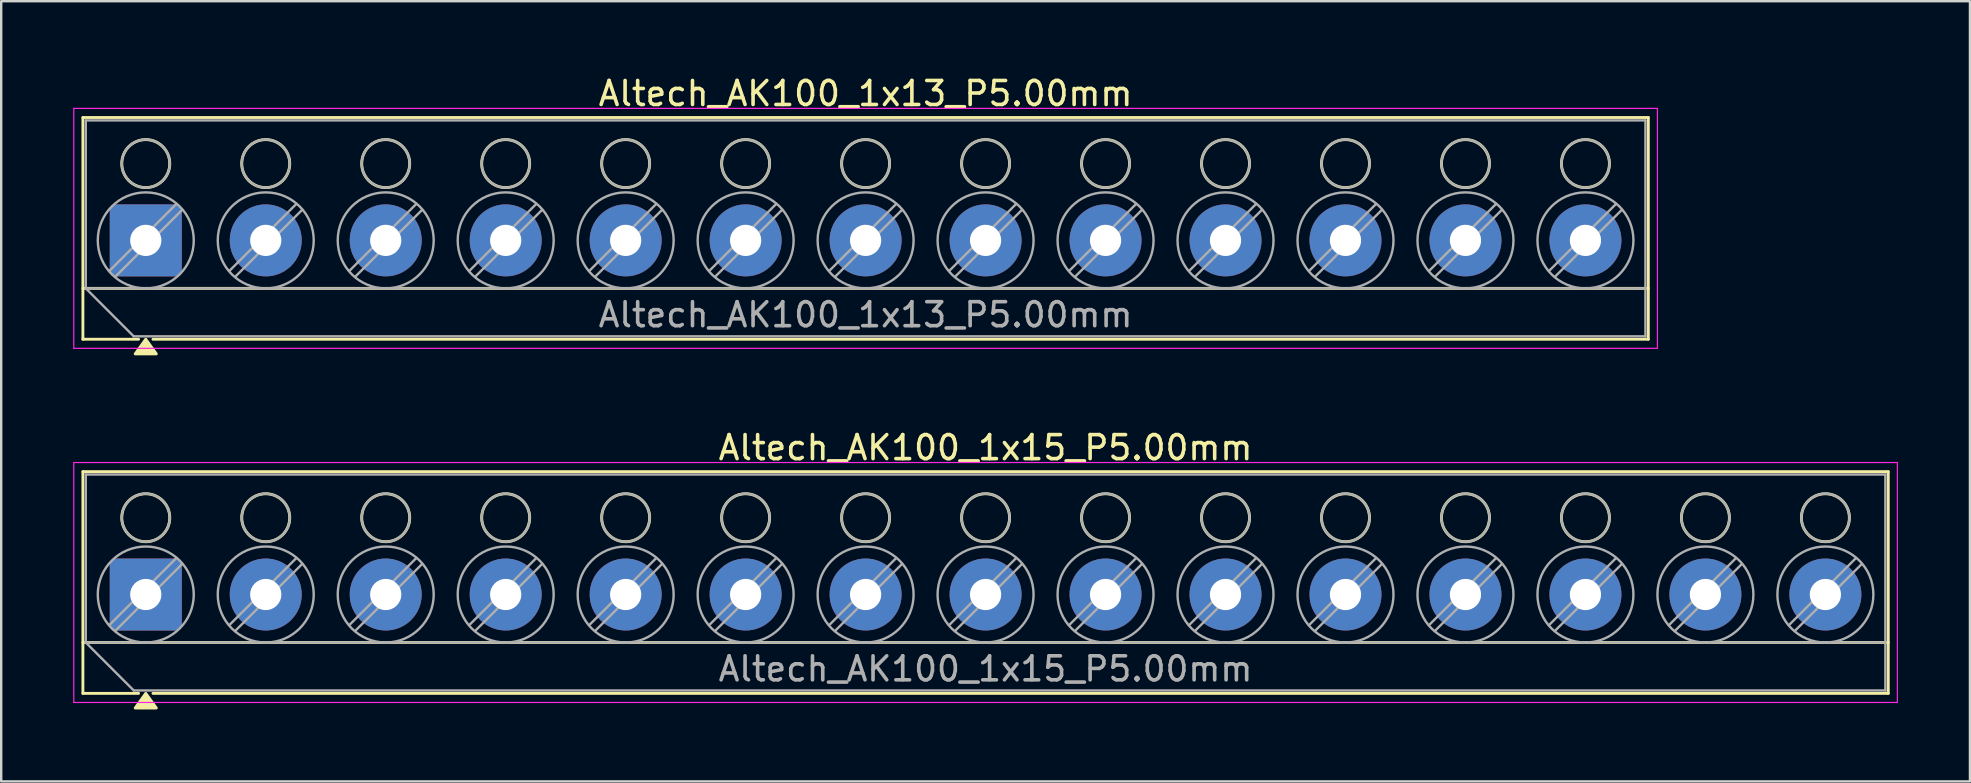
<source format=kicad_pcb>
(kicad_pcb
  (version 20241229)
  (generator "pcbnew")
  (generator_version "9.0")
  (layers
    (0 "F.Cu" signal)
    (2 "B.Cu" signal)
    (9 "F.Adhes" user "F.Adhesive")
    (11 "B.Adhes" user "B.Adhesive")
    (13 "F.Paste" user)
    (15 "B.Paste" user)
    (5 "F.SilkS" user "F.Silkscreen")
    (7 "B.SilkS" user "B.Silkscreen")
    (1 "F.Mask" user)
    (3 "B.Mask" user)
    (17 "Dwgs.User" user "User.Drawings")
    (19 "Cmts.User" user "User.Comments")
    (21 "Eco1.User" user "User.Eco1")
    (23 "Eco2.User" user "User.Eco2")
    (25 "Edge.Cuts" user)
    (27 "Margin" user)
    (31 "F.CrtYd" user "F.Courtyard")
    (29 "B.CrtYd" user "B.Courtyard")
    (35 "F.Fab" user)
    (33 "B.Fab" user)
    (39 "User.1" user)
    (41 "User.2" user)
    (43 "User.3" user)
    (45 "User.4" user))
  (footprint "Altech_AK100_1x15_P5.00mm"
    (layer "F.Cu")
    (at 3.025 21.727)
    (property "Reference" "Altech_AK100_1x15_P5.00mm" (at 35 -6.12 0) (layer "F.SilkS") (effects (font (size 1 1) (thickness 0.15))))
    (attr through_hole)
    (fp_line (start -2.62 -5.12) (end 72.62 -5.12) (stroke (width 0.12) (type solid)) (layer "F.SilkS"))
    (fp_line (start -2.62 2) (end 72.62 2) (stroke (width 0.12) (type solid)) (layer "F.SilkS"))
    (fp_line (start -2.62 4.12) (end -2.62 -5.12) (stroke (width 0.12) (type solid)) (layer "F.SilkS"))
    (fp_line (start -0.3 4.12) (end -2.62 4.12) (stroke (width 0.12) (type solid)) (layer "F.SilkS"))
    (fp_line (start 72.62 -5.12) (end 72.62 4.12) (stroke (width 0.12) (type solid)) (layer "F.SilkS"))
    (fp_line (start 72.62 4.12) (end 0.3 4.12) (stroke (width 0.12) (type solid)) (layer "F.SilkS"))
    (fp_circle (center 0 -3.2) (end 1 -3.2) (stroke (width 0.12) (type solid)) (fill no) (layer "F.SilkS"))
    (fp_circle (center 5 -3.2) (end 6 -3.2) (stroke (width 0.12) (type solid)) (fill no) (layer "F.SilkS"))
    (fp_circle (center 10 -3.2) (end 11 -3.2) (stroke (width 0.12) (type solid)) (fill no) (layer "F.SilkS"))
    (fp_circle (center 15 -3.2) (end 16 -3.2) (stroke (width 0.12) (type solid)) (fill no) (layer "F.SilkS"))
    (fp_circle (center 20 -3.2) (end 21 -3.2) (stroke (width 0.12) (type solid)) (fill no) (layer "F.SilkS"))
    (fp_circle (center 25 -3.2) (end 26 -3.2) (stroke (width 0.12) (type solid)) (fill no) (layer "F.SilkS"))
    (fp_circle (center 30 -3.2) (end 31 -3.2) (stroke (width 0.12) (type solid)) (fill no) (layer "F.SilkS"))
    (fp_circle (center 35 -3.2) (end 36 -3.2) (stroke (width 0.12) (type solid)) (fill no) (layer "F.SilkS"))
    (fp_circle (center 40 -3.2) (end 41 -3.2) (stroke (width 0.12) (type solid)) (fill no) (layer "F.SilkS"))
    (fp_circle (center 45 -3.2) (end 46 -3.2) (stroke (width 0.12) (type solid)) (fill no) (layer "F.SilkS"))
    (fp_circle (center 50 -3.2) (end 51 -3.2) (stroke (width 0.12) (type solid)) (fill no) (layer "F.SilkS"))
    (fp_circle (center 55 -3.2) (end 56 -3.2) (stroke (width 0.12) (type solid)) (fill no) (layer "F.SilkS"))
    (fp_circle (center 60 -3.2) (end 61 -3.2) (stroke (width 0.12) (type solid)) (fill no) (layer "F.SilkS"))
    (fp_circle (center 65 -3.2) (end 66 -3.2) (stroke (width 0.12) (type solid)) (fill no) (layer "F.SilkS"))
    (fp_circle (center 70 -3.2) (end 71 -3.2) (stroke (width 0.12) (type solid)) (fill no) (layer "F.SilkS"))
    (fp_poly (pts (xy 0 4.12) (xy 0.44 4.73) (xy -0.44 4.73)) (stroke (width 0.12) (type solid)) (fill yes) (layer "F.SilkS"))
    (fp_line (start -3 -5.5) (end -3 4.5) (stroke (width 0.05) (type solid)) (layer "F.CrtYd"))
    (fp_line (start -3 4.5) (end 73 4.5) (stroke (width 0.05) (type solid)) (layer "F.CrtYd"))
    (fp_line (start 73 -5.5) (end -3 -5.5) (stroke (width 0.05) (type solid)) (layer "F.CrtYd"))
    (fp_line (start 73 4.5) (end 73 -5.5) (stroke (width 0.05) (type solid)) (layer "F.CrtYd"))
    (fp_line (start -2.5 -5) (end 72.5 -5) (stroke (width 0.1) (type solid)) (layer "F.Fab"))
    (fp_line (start -2.5 2) (end -2.5 -5) (stroke (width 0.1) (type solid)) (layer "F.Fab"))
    (fp_line (start -2.5 2) (end 72.5 2) (stroke (width 0.1) (type solid)) (layer "F.Fab"))
    (fp_line (start -0.5 4) (end -2.5 2) (stroke (width 0.1) (type solid)) (layer "F.Fab"))
    (fp_line (start 1.273 -1.517) (end -1.517 1.273) (stroke (width 0.1) (type solid)) (layer "F.Fab"))
    (fp_line (start 1.517 -1.273) (end -1.273 1.517) (stroke (width 0.1) (type solid)) (layer "F.Fab"))
    (fp_line (start 6.273 -1.517) (end 3.483 1.273) (stroke (width 0.1) (type solid)) (layer "F.Fab"))
    (fp_line (start 6.517 -1.273) (end 3.727 1.517) (stroke (width 0.1) (type solid)) (layer "F.Fab"))
    (fp_line (start 11.273 -1.517) (end 8.483 1.273) (stroke (width 0.1) (type solid)) (layer "F.Fab"))
    (fp_line (start 11.517 -1.273) (end 8.727 1.517) (stroke (width 0.1) (type solid)) (layer "F.Fab"))
    (fp_line (start 16.273 -1.517) (end 13.483 1.273) (stroke (width 0.1) (type solid)) (layer "F.Fab"))
    (fp_line (start 16.517 -1.273) (end 13.727 1.517) (stroke (width 0.1) (type solid)) (layer "F.Fab"))
    (fp_line (start 21.273 -1.517) (end 18.483 1.273) (stroke (width 0.1) (type solid)) (layer "F.Fab"))
    (fp_line (start 21.517 -1.273) (end 18.727 1.517) (stroke (width 0.1) (type solid)) (layer "F.Fab"))
    (fp_line (start 26.273 -1.517) (end 23.483 1.273) (stroke (width 0.1) (type solid)) (layer "F.Fab"))
    (fp_line (start 26.517 -1.273) (end 23.727 1.517) (stroke (width 0.1) (type solid)) (layer "F.Fab"))
    (fp_line (start 31.273 -1.517) (end 28.483 1.273) (stroke (width 0.1) (type solid)) (layer "F.Fab"))
    (fp_line (start 31.517 -1.273) (end 28.727 1.517) (stroke (width 0.1) (type solid)) (layer "F.Fab"))
    (fp_line (start 36.273 -1.517) (end 33.483 1.273) (stroke (width 0.1) (type solid)) (layer "F.Fab"))
    (fp_line (start 36.517 -1.273) (end 33.727 1.517) (stroke (width 0.1) (type solid)) (layer "F.Fab"))
    (fp_line (start 41.273 -1.517) (end 38.483 1.273) (stroke (width 0.1) (type solid)) (layer "F.Fab"))
    (fp_line (start 41.517 -1.273) (end 38.727 1.517) (stroke (width 0.1) (type solid)) (layer "F.Fab"))
    (fp_line (start 46.273 -1.517) (end 43.483 1.273) (stroke (width 0.1) (type solid)) (layer "F.Fab"))
    (fp_line (start 46.517 -1.273) (end 43.727 1.517) (stroke (width 0.1) (type solid)) (layer "F.Fab"))
    (fp_line (start 51.273 -1.517) (end 48.483 1.273) (stroke (width 0.1) (type solid)) (layer "F.Fab"))
    (fp_line (start 51.517 -1.273) (end 48.727 1.517) (stroke (width 0.1) (type solid)) (layer "F.Fab"))
    (fp_line (start 56.273 -1.517) (end 53.483 1.273) (stroke (width 0.1) (type solid)) (layer "F.Fab"))
    (fp_line (start 56.517 -1.273) (end 53.727 1.517) (stroke (width 0.1) (type solid)) (layer "F.Fab"))
    (fp_line (start 61.273 -1.517) (end 58.483 1.273) (stroke (width 0.1) (type solid)) (layer "F.Fab"))
    (fp_line (start 61.517 -1.273) (end 58.727 1.517) (stroke (width 0.1) (type solid)) (layer "F.Fab"))
    (fp_line (start 66.273 -1.517) (end 63.483 1.273) (stroke (width 0.1) (type solid)) (layer "F.Fab"))
    (fp_line (start 66.517 -1.273) (end 63.727 1.517) (stroke (width 0.1) (type solid)) (layer "F.Fab"))
    (fp_line (start 71.273 -1.517) (end 68.483 1.273) (stroke (width 0.1) (type solid)) (layer "F.Fab"))
    (fp_line (start 71.517 -1.273) (end 68.727 1.517) (stroke (width 0.1) (type solid)) (layer "F.Fab"))
    (fp_line (start 72.5 -5) (end 72.5 4) (stroke (width 0.1) (type solid)) (layer "F.Fab"))
    (fp_line (start 72.5 4) (end -0.5 4) (stroke (width 0.1) (type solid)) (layer "F.Fab"))
    (fp_circle (center 0 -3.2) (end 1 -3.2) (stroke (width 0.1) (type solid)) (fill no) (layer "F.Fab"))
    (fp_circle (center 0 0) (end 2 0) (stroke (width 0.1) (type solid)) (fill no) (layer "F.Fab"))
    (fp_circle (center 5 -3.2) (end 6 -3.2) (stroke (width 0.1) (type solid)) (fill no) (layer "F.Fab"))
    (fp_circle (center 5 0) (end 7 0) (stroke (width 0.1) (type solid)) (fill no) (layer "F.Fab"))
    (fp_circle (center 10 -3.2) (end 11 -3.2) (stroke (width 0.1) (type solid)) (fill no) (layer "F.Fab"))
    (fp_circle (center 10 0) (end 12 0) (stroke (width 0.1) (type solid)) (fill no) (layer "F.Fab"))
    (fp_circle (center 15 -3.2) (end 16 -3.2) (stroke (width 0.1) (type solid)) (fill no) (layer "F.Fab"))
    (fp_circle (center 15 0) (end 17 0) (stroke (width 0.1) (type solid)) (fill no) (layer "F.Fab"))
    (fp_circle (center 20 -3.2) (end 21 -3.2) (stroke (width 0.1) (type solid)) (fill no) (layer "F.Fab"))
    (fp_circle (center 20 0) (end 22 0) (stroke (width 0.1) (type solid)) (fill no) (layer "F.Fab"))
    (fp_circle (center 25 -3.2) (end 26 -3.2) (stroke (width 0.1) (type solid)) (fill no) (layer "F.Fab"))
    (fp_circle (center 25 0) (end 27 0) (stroke (width 0.1) (type solid)) (fill no) (layer "F.Fab"))
    (fp_circle (center 30 -3.2) (end 31 -3.2) (stroke (width 0.1) (type solid)) (fill no) (layer "F.Fab"))
    (fp_circle (center 30 0) (end 32 0) (stroke (width 0.1) (type solid)) (fill no) (layer "F.Fab"))
    (fp_circle (center 35 -3.2) (end 36 -3.2) (stroke (width 0.1) (type solid)) (fill no) (layer "F.Fab"))
    (fp_circle (center 35 0) (end 37 0) (stroke (width 0.1) (type solid)) (fill no) (layer "F.Fab"))
    (fp_circle (center 40 -3.2) (end 41 -3.2) (stroke (width 0.1) (type solid)) (fill no) (layer "F.Fab"))
    (fp_circle (center 40 0) (end 42 0) (stroke (width 0.1) (type solid)) (fill no) (layer "F.Fab"))
    (fp_circle (center 45 -3.2) (end 46 -3.2) (stroke (width 0.1) (type solid)) (fill no) (layer "F.Fab"))
    (fp_circle (center 45 0) (end 47 0) (stroke (width 0.1) (type solid)) (fill no) (layer "F.Fab"))
    (fp_circle (center 50 -3.2) (end 51 -3.2) (stroke (width 0.1) (type solid)) (fill no) (layer "F.Fab"))
    (fp_circle (center 50 0) (end 52 0) (stroke (width 0.1) (type solid)) (fill no) (layer "F.Fab"))
    (fp_circle (center 55 -3.2) (end 56 -3.2) (stroke (width 0.1) (type solid)) (fill no) (layer "F.Fab"))
    (fp_circle (center 55 0) (end 57 0) (stroke (width 0.1) (type solid)) (fill no) (layer "F.Fab"))
    (fp_circle (center 60 -3.2) (end 61 -3.2) (stroke (width 0.1) (type solid)) (fill no) (layer "F.Fab"))
    (fp_circle (center 60 0) (end 62 0) (stroke (width 0.1) (type solid)) (fill no) (layer "F.Fab"))
    (fp_circle (center 65 -3.2) (end 66 -3.2) (stroke (width 0.1) (type solid)) (fill no) (layer "F.Fab"))
    (fp_circle (center 65 0) (end 67 0) (stroke (width 0.1) (type solid)) (fill no) (layer "F.Fab"))
    (fp_circle (center 70 -3.2) (end 71 -3.2) (stroke (width 0.1) (type solid)) (fill no) (layer "F.Fab"))
    (fp_circle (center 70 0) (end 72 0) (stroke (width 0.1) (type solid)) (fill no) (layer "F.Fab"))
    (fp_text user "${REFERENCE}" (at 35 3.1 0) (layer "F.Fab") (effects (font (size 1 1) (thickness 0.15))))
    (pad "1" thru_hole roundrect (at 0 0) (size 3 3) (drill 1.3) (layers "*.Cu" "*.Mask") (roundrect_rratio 0.083))
    (pad "2" thru_hole circle (at 5 0) (size 3 3) (drill 1.3) (layers "*.Cu" "*.Mask"))
    (pad "3" thru_hole circle (at 10 0) (size 3 3) (drill 1.3) (layers "*.Cu" "*.Mask"))
    (pad "4" thru_hole circle (at 15 0) (size 3 3) (drill 1.3) (layers "*.Cu" "*.Mask"))
    (pad "5" thru_hole circle (at 20 0) (size 3 3) (drill 1.3) (layers "*.Cu" "*.Mask"))
    (pad "6" thru_hole circle (at 25 0) (size 3 3) (drill 1.3) (layers "*.Cu" "*.Mask"))
    (pad "7" thru_hole circle (at 30 0) (size 3 3) (drill 1.3) (layers "*.Cu" "*.Mask"))
    (pad "8" thru_hole circle (at 35 0) (size 3 3) (drill 1.3) (layers "*.Cu" "*.Mask"))
    (pad "9" thru_hole circle (at 40 0) (size 3 3) (drill 1.3) (layers "*.Cu" "*.Mask"))
    (pad "10" thru_hole circle (at 45 0) (size 3 3) (drill 1.3) (layers "*.Cu" "*.Mask"))
    (pad "11" thru_hole circle (at 50 0) (size 3 3) (drill 1.3) (layers "*.Cu" "*.Mask"))
    (pad "12" thru_hole circle (at 55 0) (size 3 3) (drill 1.3) (layers "*.Cu" "*.Mask"))
    (pad "13" thru_hole circle (at 60 0) (size 3 3) (drill 1.3) (layers "*.Cu" "*.Mask"))
    (pad "14" thru_hole circle (at 65 0) (size 3 3) (drill 1.3) (layers "*.Cu" "*.Mask"))
    (pad "15" thru_hole circle (at 70 0) (size 3 3) (drill 1.3) (layers "*.Cu" "*.Mask")))
  (footprint "Altech_AK100_1x13_P5.00mm"
    (layer "F.Cu")
    (at 3.025 6.968)
    (property "Reference" "Altech_AK100_1x13_P5.00mm" (at 30 -6.12 0) (layer "F.SilkS") (effects (font (size 1 1) (thickness 0.15))))
    (attr through_hole)
    (fp_line (start -2.62 -5.12) (end 62.62 -5.12) (stroke (width 0.12) (type solid)) (layer "F.SilkS"))
    (fp_line (start -2.62 2) (end 62.62 2) (stroke (width 0.12) (type solid)) (layer "F.SilkS"))
    (fp_line (start -2.62 4.12) (end -2.62 -5.12) (stroke (width 0.12) (type solid)) (layer "F.SilkS"))
    (fp_line (start -0.3 4.12) (end -2.62 4.12) (stroke (width 0.12) (type solid)) (layer "F.SilkS"))
    (fp_line (start 62.62 -5.12) (end 62.62 4.12) (stroke (width 0.12) (type solid)) (layer "F.SilkS"))
    (fp_line (start 62.62 4.12) (end 0.3 4.12) (stroke (width 0.12) (type solid)) (layer "F.SilkS"))
    (fp_circle (center 0 -3.2) (end 1 -3.2) (stroke (width 0.12) (type solid)) (fill no) (layer "F.SilkS"))
    (fp_circle (center 5 -3.2) (end 6 -3.2) (stroke (width 0.12) (type solid)) (fill no) (layer "F.SilkS"))
    (fp_circle (center 10 -3.2) (end 11 -3.2) (stroke (width 0.12) (type solid)) (fill no) (layer "F.SilkS"))
    (fp_circle (center 15 -3.2) (end 16 -3.2) (stroke (width 0.12) (type solid)) (fill no) (layer "F.SilkS"))
    (fp_circle (center 20 -3.2) (end 21 -3.2) (stroke (width 0.12) (type solid)) (fill no) (layer "F.SilkS"))
    (fp_circle (center 25 -3.2) (end 26 -3.2) (stroke (width 0.12) (type solid)) (fill no) (layer "F.SilkS"))
    (fp_circle (center 30 -3.2) (end 31 -3.2) (stroke (width 0.12) (type solid)) (fill no) (layer "F.SilkS"))
    (fp_circle (center 35 -3.2) (end 36 -3.2) (stroke (width 0.12) (type solid)) (fill no) (layer "F.SilkS"))
    (fp_circle (center 40 -3.2) (end 41 -3.2) (stroke (width 0.12) (type solid)) (fill no) (layer "F.SilkS"))
    (fp_circle (center 45 -3.2) (end 46 -3.2) (stroke (width 0.12) (type solid)) (fill no) (layer "F.SilkS"))
    (fp_circle (center 50 -3.2) (end 51 -3.2) (stroke (width 0.12) (type solid)) (fill no) (layer "F.SilkS"))
    (fp_circle (center 55 -3.2) (end 56 -3.2) (stroke (width 0.12) (type solid)) (fill no) (layer "F.SilkS"))
    (fp_circle (center 60 -3.2) (end 61 -3.2) (stroke (width 0.12) (type solid)) (fill no) (layer "F.SilkS"))
    (fp_poly (pts (xy 0 4.12) (xy 0.44 4.73) (xy -0.44 4.73)) (stroke (width 0.12) (type solid)) (fill yes) (layer "F.SilkS"))
    (fp_line (start -3 -5.5) (end -3 4.5) (stroke (width 0.05) (type solid)) (layer "F.CrtYd"))
    (fp_line (start -3 4.5) (end 63 4.5) (stroke (width 0.05) (type solid)) (layer "F.CrtYd"))
    (fp_line (start 63 -5.5) (end -3 -5.5) (stroke (width 0.05) (type solid)) (layer "F.CrtYd"))
    (fp_line (start 63 4.5) (end 63 -5.5) (stroke (width 0.05) (type solid)) (layer "F.CrtYd"))
    (fp_line (start -2.5 -5) (end 62.5 -5) (stroke (width 0.1) (type solid)) (layer "F.Fab"))
    (fp_line (start -2.5 2) (end -2.5 -5) (stroke (width 0.1) (type solid)) (layer "F.Fab"))
    (fp_line (start -2.5 2) (end 62.5 2) (stroke (width 0.1) (type solid)) (layer "F.Fab"))
    (fp_line (start -0.5 4) (end -2.5 2) (stroke (width 0.1) (type solid)) (layer "F.Fab"))
    (fp_line (start 1.273 -1.517) (end -1.517 1.273) (stroke (width 0.1) (type solid)) (layer "F.Fab"))
    (fp_line (start 1.517 -1.273) (end -1.273 1.517) (stroke (width 0.1) (type solid)) (layer "F.Fab"))
    (fp_line (start 6.273 -1.517) (end 3.483 1.273) (stroke (width 0.1) (type solid)) (layer "F.Fab"))
    (fp_line (start 6.517 -1.273) (end 3.727 1.517) (stroke (width 0.1) (type solid)) (layer "F.Fab"))
    (fp_line (start 11.273 -1.517) (end 8.483 1.273) (stroke (width 0.1) (type solid)) (layer "F.Fab"))
    (fp_line (start 11.517 -1.273) (end 8.727 1.517) (stroke (width 0.1) (type solid)) (layer "F.Fab"))
    (fp_line (start 16.273 -1.517) (end 13.483 1.273) (stroke (width 0.1) (type solid)) (layer "F.Fab"))
    (fp_line (start 16.517 -1.273) (end 13.727 1.517) (stroke (width 0.1) (type solid)) (layer "F.Fab"))
    (fp_line (start 21.273 -1.517) (end 18.483 1.273) (stroke (width 0.1) (type solid)) (layer "F.Fab"))
    (fp_line (start 21.517 -1.273) (end 18.727 1.517) (stroke (width 0.1) (type solid)) (layer "F.Fab"))
    (fp_line (start 26.273 -1.517) (end 23.483 1.273) (stroke (width 0.1) (type solid)) (layer "F.Fab"))
    (fp_line (start 26.517 -1.273) (end 23.727 1.517) (stroke (width 0.1) (type solid)) (layer "F.Fab"))
    (fp_line (start 31.273 -1.517) (end 28.483 1.273) (stroke (width 0.1) (type solid)) (layer "F.Fab"))
    (fp_line (start 31.517 -1.273) (end 28.727 1.517) (stroke (width 0.1) (type solid)) (layer "F.Fab"))
    (fp_line (start 36.273 -1.517) (end 33.483 1.273) (stroke (width 0.1) (type solid)) (layer "F.Fab"))
    (fp_line (start 36.517 -1.273) (end 33.727 1.517) (stroke (width 0.1) (type solid)) (layer "F.Fab"))
    (fp_line (start 41.273 -1.517) (end 38.483 1.273) (stroke (width 0.1) (type solid)) (layer "F.Fab"))
    (fp_line (start 41.517 -1.273) (end 38.727 1.517) (stroke (width 0.1) (type solid)) (layer "F.Fab"))
    (fp_line (start 46.273 -1.517) (end 43.483 1.273) (stroke (width 0.1) (type solid)) (layer "F.Fab"))
    (fp_line (start 46.517 -1.273) (end 43.727 1.517) (stroke (width 0.1) (type solid)) (layer "F.Fab"))
    (fp_line (start 51.273 -1.517) (end 48.483 1.273) (stroke (width 0.1) (type solid)) (layer "F.Fab"))
    (fp_line (start 51.517 -1.273) (end 48.727 1.517) (stroke (width 0.1) (type solid)) (layer "F.Fab"))
    (fp_line (start 56.273 -1.517) (end 53.483 1.273) (stroke (width 0.1) (type solid)) (layer "F.Fab"))
    (fp_line (start 56.517 -1.273) (end 53.727 1.517) (stroke (width 0.1) (type solid)) (layer "F.Fab"))
    (fp_line (start 61.273 -1.517) (end 58.483 1.273) (stroke (width 0.1) (type solid)) (layer "F.Fab"))
    (fp_line (start 61.517 -1.273) (end 58.727 1.517) (stroke (width 0.1) (type solid)) (layer "F.Fab"))
    (fp_line (start 62.5 -5) (end 62.5 4) (stroke (width 0.1) (type solid)) (layer "F.Fab"))
    (fp_line (start 62.5 4) (end -0.5 4) (stroke (width 0.1) (type solid)) (layer "F.Fab"))
    (fp_circle (center 0 -3.2) (end 1 -3.2) (stroke (width 0.1) (type solid)) (fill no) (layer "F.Fab"))
    (fp_circle (center 0 0) (end 2 0) (stroke (width 0.1) (type solid)) (fill no) (layer "F.Fab"))
    (fp_circle (center 5 -3.2) (end 6 -3.2) (stroke (width 0.1) (type solid)) (fill no) (layer "F.Fab"))
    (fp_circle (center 5 0) (end 7 0) (stroke (width 0.1) (type solid)) (fill no) (layer "F.Fab"))
    (fp_circle (center 10 -3.2) (end 11 -3.2) (stroke (width 0.1) (type solid)) (fill no) (layer "F.Fab"))
    (fp_circle (center 10 0) (end 12 0) (stroke (width 0.1) (type solid)) (fill no) (layer "F.Fab"))
    (fp_circle (center 15 -3.2) (end 16 -3.2) (stroke (width 0.1) (type solid)) (fill no) (layer "F.Fab"))
    (fp_circle (center 15 0) (end 17 0) (stroke (width 0.1) (type solid)) (fill no) (layer "F.Fab"))
    (fp_circle (center 20 -3.2) (end 21 -3.2) (stroke (width 0.1) (type solid)) (fill no) (layer "F.Fab"))
    (fp_circle (center 20 0) (end 22 0) (stroke (width 0.1) (type solid)) (fill no) (layer "F.Fab"))
    (fp_circle (center 25 -3.2) (end 26 -3.2) (stroke (width 0.1) (type solid)) (fill no) (layer "F.Fab"))
    (fp_circle (center 25 0) (end 27 0) (stroke (width 0.1) (type solid)) (fill no) (layer "F.Fab"))
    (fp_circle (center 30 -3.2) (end 31 -3.2) (stroke (width 0.1) (type solid)) (fill no) (layer "F.Fab"))
    (fp_circle (center 30 0) (end 32 0) (stroke (width 0.1) (type solid)) (fill no) (layer "F.Fab"))
    (fp_circle (center 35 -3.2) (end 36 -3.2) (stroke (width 0.1) (type solid)) (fill no) (layer "F.Fab"))
    (fp_circle (center 35 0) (end 37 0) (stroke (width 0.1) (type solid)) (fill no) (layer "F.Fab"))
    (fp_circle (center 40 -3.2) (end 41 -3.2) (stroke (width 0.1) (type solid)) (fill no) (layer "F.Fab"))
    (fp_circle (center 40 0) (end 42 0) (stroke (width 0.1) (type solid)) (fill no) (layer "F.Fab"))
    (fp_circle (center 45 -3.2) (end 46 -3.2) (stroke (width 0.1) (type solid)) (fill no) (layer "F.Fab"))
    (fp_circle (center 45 0) (end 47 0) (stroke (width 0.1) (type solid)) (fill no) (layer "F.Fab"))
    (fp_circle (center 50 -3.2) (end 51 -3.2) (stroke (width 0.1) (type solid)) (fill no) (layer "F.Fab"))
    (fp_circle (center 50 0) (end 52 0) (stroke (width 0.1) (type solid)) (fill no) (layer "F.Fab"))
    (fp_circle (center 55 -3.2) (end 56 -3.2) (stroke (width 0.1) (type solid)) (fill no) (layer "F.Fab"))
    (fp_circle (center 55 0) (end 57 0) (stroke (width 0.1) (type solid)) (fill no) (layer "F.Fab"))
    (fp_circle (center 60 -3.2) (end 61 -3.2) (stroke (width 0.1) (type solid)) (fill no) (layer "F.Fab"))
    (fp_circle (center 60 0) (end 62 0) (stroke (width 0.1) (type solid)) (fill no) (layer "F.Fab"))
    (fp_text user "${REFERENCE}" (at 30 3.1 0) (layer "F.Fab") (effects (font (size 1 1) (thickness 0.15))))
    (pad "1" thru_hole roundrect (at 0 0) (size 3 3) (drill 1.3) (layers "*.Cu" "*.Mask") (roundrect_rratio 0.083))
    (pad "2" thru_hole circle (at 5 0) (size 3 3) (drill 1.3) (layers "*.Cu" "*.Mask"))
    (pad "3" thru_hole circle (at 10 0) (size 3 3) (drill 1.3) (layers "*.Cu" "*.Mask"))
    (pad "4" thru_hole circle (at 15 0) (size 3 3) (drill 1.3) (layers "*.Cu" "*.Mask"))
    (pad "5" thru_hole circle (at 20 0) (size 3 3) (drill 1.3) (layers "*.Cu" "*.Mask"))
    (pad "6" thru_hole circle (at 25 0) (size 3 3) (drill 1.3) (layers "*.Cu" "*.Mask"))
    (pad "7" thru_hole circle (at 30 0) (size 3 3) (drill 1.3) (layers "*.Cu" "*.Mask"))
    (pad "8" thru_hole circle (at 35 0) (size 3 3) (drill 1.3) (layers "*.Cu" "*.Mask"))
    (pad "9" thru_hole circle (at 40 0) (size 3 3) (drill 1.3) (layers "*.Cu" "*.Mask"))
    (pad "10" thru_hole circle (at 45 0) (size 3 3) (drill 1.3) (layers "*.Cu" "*.Mask"))
    (pad "11" thru_hole circle (at 50 0) (size 3 3) (drill 1.3) (layers "*.Cu" "*.Mask"))
    (pad "12" thru_hole circle (at 55 0) (size 3 3) (drill 1.3) (layers "*.Cu" "*.Mask"))
    (pad "13" thru_hole circle (at 60 0) (size 3 3) (drill 1.3) (layers "*.Cu" "*.Mask")))
  (gr_rect
    (start -3 -3)
    (end 79.05 29.517)
    (stroke (width 0.1) (type default))
    (fill no)
    (layer "Edge.Cuts")))
</source>
